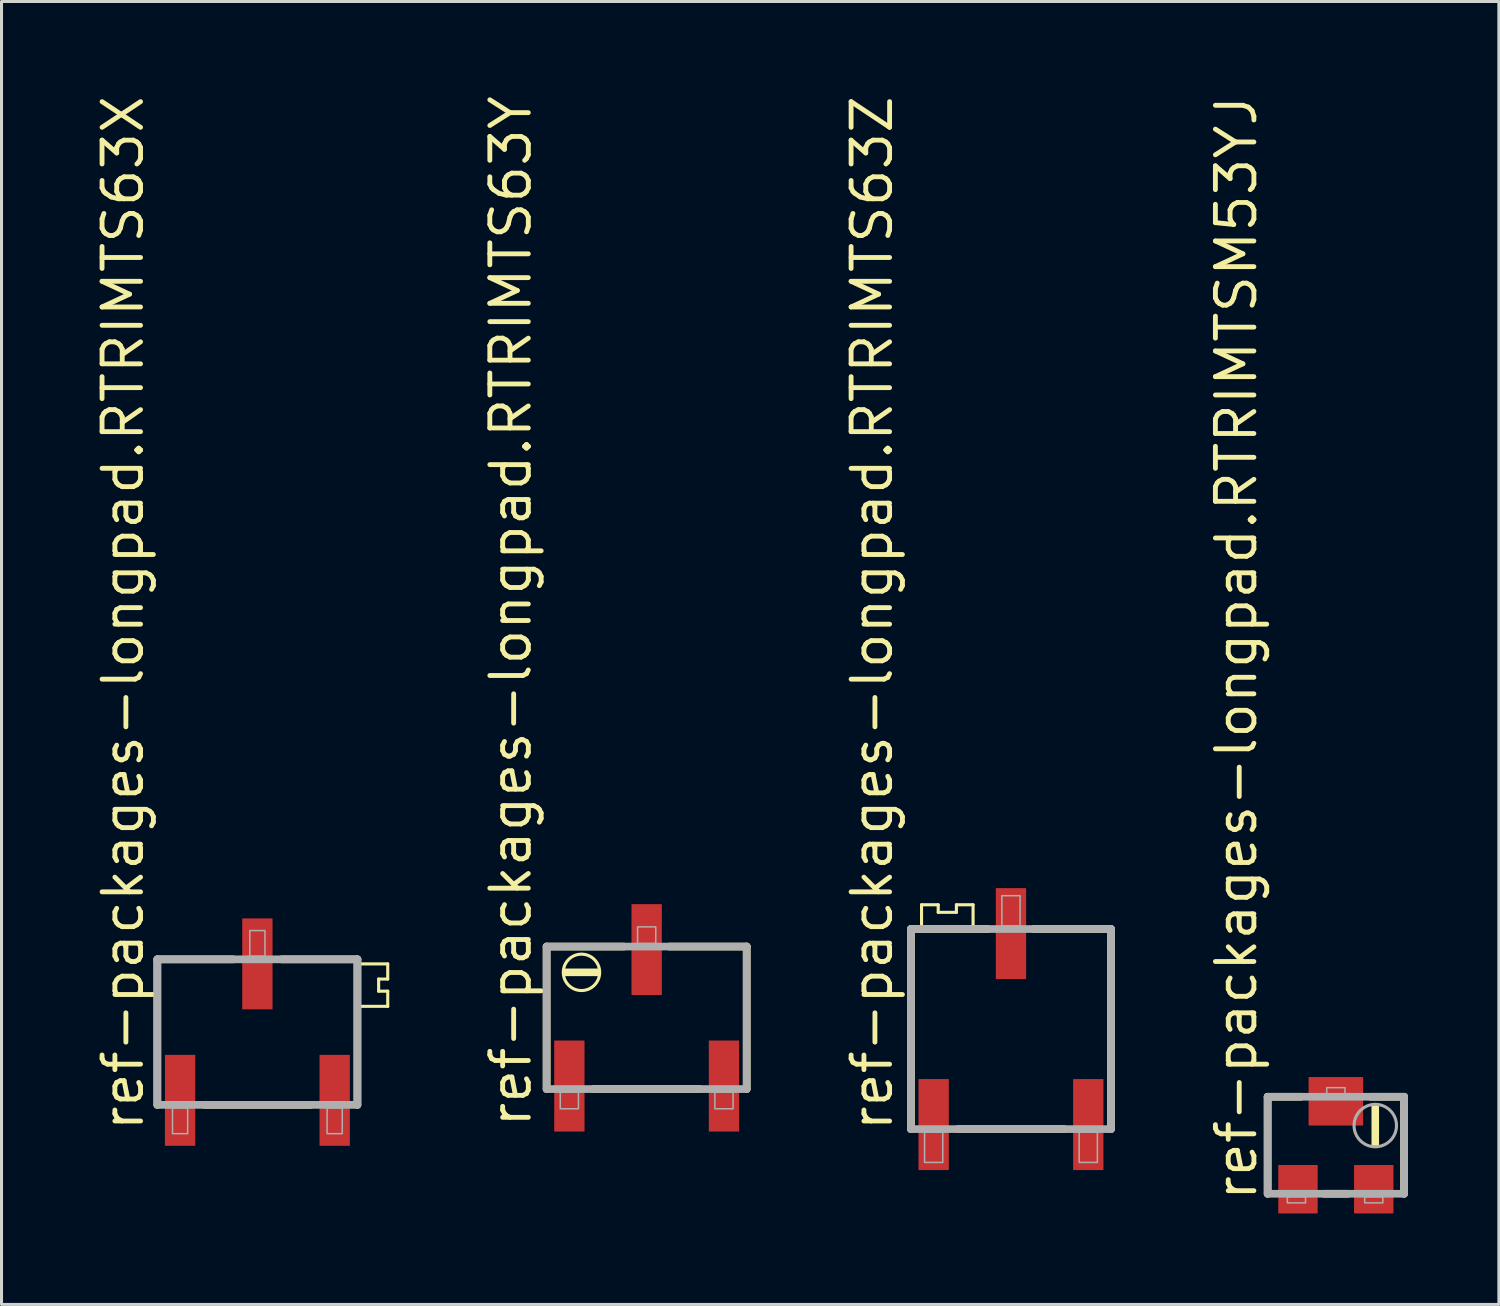
<source format=kicad_pcb>
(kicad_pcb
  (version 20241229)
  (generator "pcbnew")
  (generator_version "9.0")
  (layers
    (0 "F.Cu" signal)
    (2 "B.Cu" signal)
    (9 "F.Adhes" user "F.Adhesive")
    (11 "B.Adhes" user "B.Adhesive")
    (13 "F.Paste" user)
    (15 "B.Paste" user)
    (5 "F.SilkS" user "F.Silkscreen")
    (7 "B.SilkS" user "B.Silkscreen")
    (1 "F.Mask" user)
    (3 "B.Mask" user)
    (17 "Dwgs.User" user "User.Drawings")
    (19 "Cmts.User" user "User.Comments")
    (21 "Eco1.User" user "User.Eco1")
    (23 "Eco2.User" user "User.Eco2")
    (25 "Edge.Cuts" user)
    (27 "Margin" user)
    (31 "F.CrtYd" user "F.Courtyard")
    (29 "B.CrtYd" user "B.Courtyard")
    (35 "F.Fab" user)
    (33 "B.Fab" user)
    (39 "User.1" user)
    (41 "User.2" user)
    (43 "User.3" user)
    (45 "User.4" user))
  (footprint "ref-packages-longpad.RTRIMTS63Y"
    (layer "F.Cu")
    (at 18.281 30.524)
    (property "Reference" "ref-packages-longpad.RTRIMTS63Y" (at -3.74 3.69 90) (layer "F.SilkS") (effects (font (size 1.27 1.27) (thickness 0.16)) (justify left bottom)))
    (attr smd)
    (fp_line (start -3.3 -2.35) (end -0.75 -2.35) (stroke (width 0.254) (type default)) (layer "F.SilkS"))
    (fp_line (start -3.3 2.35) (end -3.3 -2.35) (stroke (width 0.254) (type default)) (layer "F.SilkS"))
    (fp_line (start 0.75 -2.35) (end 3.3 -2.35) (stroke (width 0.254) (type default)) (layer "F.SilkS"))
    (fp_line (start 1.75 2.35) (end -1.75 2.35) (stroke (width 0.254) (type default)) (layer "F.SilkS"))
    (fp_line (start 3.3 -2.35) (end 3.3 2.35) (stroke (width 0.254) (type default)) (layer "F.SilkS"))
    (fp_rect (start -2.7 -1.4) (end -1.6 -1.6) (stroke (width 0.05) (type default)) (fill yes) (layer "F.SilkS"))
    (fp_circle (center -2.15 -1.5) (end -1.55 -1.5) (stroke (width 0.102) (type default)) (fill no) (layer "F.SilkS"))
    (fp_line (start -3.3 -2.35) (end -3.3 2.35) (stroke (width 0.254) (type default)) (layer "F.Fab"))
    (fp_line (start -3.3 2.35) (end 3.3 2.35) (stroke (width 0.254) (type default)) (layer "F.Fab"))
    (fp_line (start 3.3 -2.35) (end -3.3 -2.35) (stroke (width 0.254) (type default)) (layer "F.Fab"))
    (fp_line (start 3.3 2.35) (end 3.3 -2.35) (stroke (width 0.254) (type default)) (layer "F.Fab"))
    (fp_rect (start -2.85 3) (end -2.25 2.45) (stroke (width 0.05) (type default)) (fill no) (layer "F.Fab"))
    (fp_rect (start -0.3 -2.45) (end 0.3 -3) (stroke (width 0.05) (type default)) (fill no) (layer "F.Fab"))
    (fp_rect (start 2.25 3) (end 2.85 2.45) (stroke (width 0.05) (type default)) (fill no) (layer "F.Fab"))
    (pad "1" smd roundrect (at -2.55 2.25) (size 1 3) (layers "F.Cu" "F.Mask" "F.Paste") (roundrect_rratio 0.01))
    (pad "2" smd roundrect (at 0 -2.25) (size 1 3) (layers "F.Cu" "F.Mask" "F.Paste") (roundrect_rratio 0.01))
    (pad "3" smd roundrect (at 2.55 2.25) (size 1 3) (layers "F.Cu" "F.Mask" "F.Paste") (roundrect_rratio 0.01)))
  (footprint "ref-packages-longpad.RTRIMTS63X"
    (layer "F.Cu")
    (at 5.44 30.995)
    (property "Reference" "ref-packages-longpad.RTRIMTS63X" (at -3.69 3.34 90) (layer "F.SilkS") (effects (font (size 1.27 1.27) (thickness 0.16)) (justify left bottom)))
    (attr smd)
    (fp_line (start -3.3 -2.4) (end -3.3 2.4) (stroke (width 0.254) (type default)) (layer "F.SilkS"))
    (fp_line (start -1.75 2.4) (end 1.75 2.4) (stroke (width 0.254) (type default)) (layer "F.SilkS"))
    (fp_line (start -0.8 -2.4) (end -3.3 -2.4) (stroke (width 0.254) (type default)) (layer "F.SilkS"))
    (fp_line (start 0.8 -2.4) (end 3.3 -2.4) (stroke (width 0.254) (type default)) (layer "F.SilkS"))
    (fp_line (start 3.3 -2.4) (end 3.3 2.4) (stroke (width 0.254) (type default)) (layer "F.SilkS"))
    (fp_line (start 4 -1.75) (end 4.3 -1.75) (stroke (width 0.102) (type default)) (layer "F.SilkS"))
    (fp_line (start 4 -1.35) (end 4 -1.75) (stroke (width 0.102) (type default)) (layer "F.SilkS"))
    (fp_line (start 4.3 -2.25) (end 3.4 -2.25) (stroke (width 0.102) (type default)) (layer "F.SilkS"))
    (fp_line (start 4.3 -1.75) (end 4.3 -2.25) (stroke (width 0.102) (type default)) (layer "F.SilkS"))
    (fp_line (start 4.3 -1.35) (end 4 -1.35) (stroke (width 0.102) (type default)) (layer "F.SilkS"))
    (fp_line (start 4.3 -0.85) (end 3.4 -0.85) (stroke (width 0.102) (type default)) (layer "F.SilkS"))
    (fp_line (start 4.3 -0.85) (end 4.3 -1.35) (stroke (width 0.102) (type default)) (layer "F.SilkS"))
    (fp_line (start -3.3 -2.4) (end -3.3 2.4) (stroke (width 0.254) (type default)) (layer "F.Fab"))
    (fp_line (start -3.3 2.4) (end 3.3 2.4) (stroke (width 0.254) (type default)) (layer "F.Fab"))
    (fp_line (start 3.3 -2.4) (end -3.3 -2.4) (stroke (width 0.254) (type default)) (layer "F.Fab"))
    (fp_line (start 3.3 2.4) (end 3.3 -2.4) (stroke (width 0.254) (type default)) (layer "F.Fab"))
    (fp_rect (start -2.8 3.35) (end -2.3 2.5) (stroke (width 0.05) (type default)) (fill no) (layer "F.Fab"))
    (fp_rect (start -0.25 -2.5) (end 0.25 -3.35) (stroke (width 0.05) (type default)) (fill no) (layer "F.Fab"))
    (fp_rect (start 2.3 3.35) (end 2.8 2.5) (stroke (width 0.05) (type default)) (fill no) (layer "F.Fab"))
    (pad "1" smd roundrect (at -2.55 2.25) (size 1 3) (layers "F.Cu" "F.Mask" "F.Paste") (roundrect_rratio 0.01))
    (pad "2" smd roundrect (at 0 -2.25) (size 1 3) (layers "F.Cu" "F.Mask" "F.Paste") (roundrect_rratio 0.01))
    (pad "3" smd roundrect (at 2.55 2.25) (size 1 3) (layers "F.Cu" "F.Mask" "F.Paste") (roundrect_rratio 0.01)))
  (footprint "ref-packages-longpad.RTRIMTSM53YJ"
    (layer "F.Cu")
    (at 41.015 34.728)
    (property "Reference" "ref-packages-longpad.RTRIMTSM53YJ" (at -2.54 1.905 90) (layer "F.SilkS") (effects (font (size 1.27 1.27) (thickness 0.16)) (justify left bottom)))
    (attr smd)
    (fp_line (start -2.25 -1.6) (end -1.15 -1.6) (stroke (width 0.254) (type default)) (layer "F.SilkS"))
    (fp_line (start -2.25 1.6) (end -2.25 -1.6) (stroke (width 0.254) (type default)) (layer "F.SilkS"))
    (fp_line (start -0.4 1.6) (end 0.4 1.6) (stroke (width 0.254) (type default)) (layer "F.SilkS"))
    (fp_line (start 2.25 -1.6) (end 1.15 -1.6) (stroke (width 0.254) (type default)) (layer "F.SilkS"))
    (fp_line (start 2.25 1.6) (end 2.25 -1.6) (stroke (width 0.254) (type default)) (layer "F.SilkS"))
    (fp_rect (start 1.2 0) (end 1.4 -1.3) (stroke (width 0.05) (type default)) (fill yes) (layer "F.SilkS"))
    (fp_line (start -2.25 -1.6) (end -2.25 1.6) (stroke (width 0.254) (type default)) (layer "F.Fab"))
    (fp_line (start -2.25 1.6) (end 2.25 1.6) (stroke (width 0.254) (type default)) (layer "F.Fab"))
    (fp_line (start 2.25 -1.6) (end -2.25 -1.6) (stroke (width 0.254) (type default)) (layer "F.Fab"))
    (fp_line (start 2.25 1.6) (end 2.25 -1.6) (stroke (width 0.254) (type default)) (layer "F.Fab"))
    (fp_rect (start -1.6 1.9) (end -1 1.7) (stroke (width 0.05) (type default)) (fill no) (layer "F.Fab"))
    (fp_rect (start -0.3 -1.7) (end 0.3 -1.9) (stroke (width 0.05) (type default)) (fill no) (layer "F.Fab"))
    (fp_rect (start 0.95 1.9) (end 1.55 1.7) (stroke (width 0.05) (type default)) (fill no) (layer "F.Fab"))
    (fp_circle (center 1.3 -0.65) (end 2 -0.65) (stroke (width 0.102) (type default)) (fill no) (layer "F.Fab"))
    (pad "1" smd roundrect (at -1.25 1.45) (size 1.3 1.6) (layers "F.Cu" "F.Mask" "F.Paste") (roundrect_rratio 0.01))
    (pad "2" smd roundrect (at 1.25 1.45) (size 1.3 1.6) (layers "F.Cu" "F.Mask" "F.Paste") (roundrect_rratio 0.01))
    (pad "3" smd roundrect (at 0 -1.45) (size 1.8 1.6) (layers "F.Cu" "F.Mask" "F.Paste") (roundrect_rratio 0.01)))
  (footprint "ref-packages-longpad.RTRIMTS63Z"
    (layer "F.Cu")
    (at 30.298 30.895)
    (property "Reference" "ref-packages-longpad.RTRIMTS63Z" (at -3.84 3.44 90) (layer "F.SilkS") (effects (font (size 1.27 1.27) (thickness 0.16)) (justify left bottom)))
    (attr smd)
    (fp_line (start -3.3 -3.3) (end -3.3 3.3) (stroke (width 0.254) (type default)) (layer "F.SilkS"))
    (fp_line (start -2.95 -4.1) (end -2.4 -4.1) (stroke (width 0.102) (type default)) (layer "F.SilkS"))
    (fp_line (start -2.95 -3.45) (end -2.95 -4.1) (stroke (width 0.102) (type default)) (layer "F.SilkS"))
    (fp_line (start -2.4 -4.1) (end -2.4 -3.85) (stroke (width 0.102) (type default)) (layer "F.SilkS"))
    (fp_line (start -2.4 -3.85) (end -1.8 -3.85) (stroke (width 0.102) (type default)) (layer "F.SilkS"))
    (fp_line (start -1.8 -4.1) (end -1.25 -4.1) (stroke (width 0.102) (type default)) (layer "F.SilkS"))
    (fp_line (start -1.8 -3.85) (end -1.8 -4.1) (stroke (width 0.102) (type default)) (layer "F.SilkS"))
    (fp_line (start -1.75 3.3) (end 1.75 3.3) (stroke (width 0.254) (type default)) (layer "F.SilkS"))
    (fp_line (start -1.25 -4.1) (end -1.25 -3.4) (stroke (width 0.102) (type default)) (layer "F.SilkS"))
    (fp_line (start -0.75 -3.3) (end -3.3 -3.3) (stroke (width 0.254) (type default)) (layer "F.SilkS"))
    (fp_line (start 3.3 -3.3) (end 0.75 -3.3) (stroke (width 0.254) (type default)) (layer "F.SilkS"))
    (fp_line (start 3.3 3.3) (end 3.3 -3.3) (stroke (width 0.254) (type default)) (layer "F.SilkS"))
    (fp_line (start -3.3 -3.3) (end -3.3 3.3) (stroke (width 0.254) (type default)) (layer "F.Fab"))
    (fp_line (start -3.3 3.3) (end 3.3 3.3) (stroke (width 0.254) (type default)) (layer "F.Fab"))
    (fp_line (start 3.3 -3.3) (end -3.3 -3.3) (stroke (width 0.254) (type default)) (layer "F.Fab"))
    (fp_line (start 3.3 3.3) (end 3.3 -3.3) (stroke (width 0.254) (type default)) (layer "F.Fab"))
    (fp_rect (start -2.85 4.4) (end -2.25 3.4) (stroke (width 0.05) (type default)) (fill no) (layer "F.Fab"))
    (fp_rect (start -0.3 -3.4) (end 0.3 -4.4) (stroke (width 0.05) (type default)) (fill no) (layer "F.Fab"))
    (fp_rect (start 2.25 4.4) (end 2.85 3.4) (stroke (width 0.05) (type default)) (fill no) (layer "F.Fab"))
    (pad "1" smd roundrect (at -2.55 3.15) (size 1 3) (layers "F.Cu" "F.Mask" "F.Paste") (roundrect_rratio 0.01))
    (pad "2" smd roundrect (at 0 -3.15) (size 1 3) (layers "F.Cu" "F.Mask" "F.Paste") (roundrect_rratio 0.01))
    (pad "3" smd roundrect (at 2.55 3.15) (size 1 3) (layers "F.Cu" "F.Mask" "F.Paste") (roundrect_rratio 0.01)))
  (gr_rect
    (start -3 -3)
    (end 46.392 39.978)
    (stroke (width 0.1) (type default))
    (fill no)
    (layer "Edge.Cuts")))
</source>
